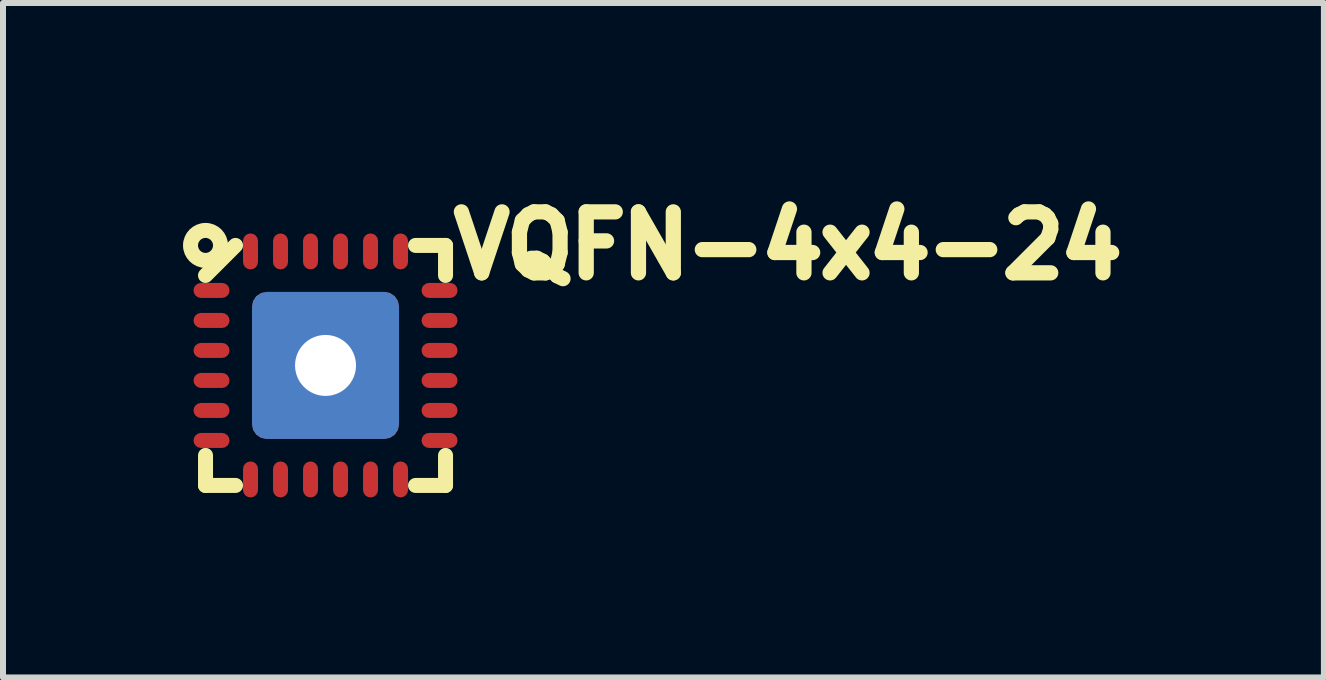
<source format=kicad_pcb>
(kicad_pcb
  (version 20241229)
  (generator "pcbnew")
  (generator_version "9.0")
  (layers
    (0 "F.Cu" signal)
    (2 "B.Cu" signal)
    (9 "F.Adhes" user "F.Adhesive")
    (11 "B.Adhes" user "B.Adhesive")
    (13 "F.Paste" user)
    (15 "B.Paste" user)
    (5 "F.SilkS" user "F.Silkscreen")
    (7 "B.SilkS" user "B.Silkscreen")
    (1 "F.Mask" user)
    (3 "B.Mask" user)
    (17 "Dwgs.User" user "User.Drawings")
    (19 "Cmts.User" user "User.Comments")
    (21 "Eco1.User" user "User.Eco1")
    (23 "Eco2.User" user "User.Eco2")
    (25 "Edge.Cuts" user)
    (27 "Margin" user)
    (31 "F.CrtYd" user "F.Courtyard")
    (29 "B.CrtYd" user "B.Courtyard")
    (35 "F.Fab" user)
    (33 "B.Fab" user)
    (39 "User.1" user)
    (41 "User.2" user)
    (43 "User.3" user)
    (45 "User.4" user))
  (footprint "VQFN-4x4-24"
    (layer "F.Cu")
    (at 2.375 3.04)
    (property "Reference" "VQFN-4x4-24" (at 2 -2 0) (layer "F.SilkS") (effects (font (size 1.016 1.016) (thickness 0.254)) (justify left)))
    (attr through_hole)
    (fp_line (start -2 1.5) (end -2 2) (stroke (width 0.25) (type solid)) (layer "F.SilkS"))
    (fp_line (start -2 2) (end -1.5 2) (stroke (width 0.25) (type solid)) (layer "F.SilkS"))
    (fp_line (start -1.5 -2) (end -2 -1.5) (stroke (width 0.25) (type solid)) (layer "F.SilkS"))
    (fp_line (start 1.5 -2) (end 2 -2) (stroke (width 0.25) (type solid)) (layer "F.SilkS"))
    (fp_line (start 2 -2) (end 2 -1.5) (stroke (width 0.25) (type solid)) (layer "F.SilkS"))
    (fp_line (start 2 1.5) (end 2 2) (stroke (width 0.25) (type solid)) (layer "F.SilkS"))
    (fp_line (start 2 2) (end 1.5 2) (stroke (width 0.25) (type solid)) (layer "F.SilkS"))
    (fp_circle (center -2 -2) (end -2 -2.25) (stroke (width 0.25) (type solid)) (fill no) (layer "F.SilkS"))
    (pad "1" smd roundrect (at -1.9 -1.25) (size 0.6 0.25) (layers "F.Cu" "F.Mask" "F.Paste") (roundrect_rratio 0.5))
    (pad "2" smd roundrect (at -1.9 -0.75) (size 0.6 0.25) (layers "F.Cu" "F.Mask" "F.Paste") (roundrect_rratio 0.5))
    (pad "3" smd roundrect (at -1.9 -0.25) (size 0.6 0.25) (layers "F.Cu" "F.Mask" "F.Paste") (roundrect_rratio 0.5))
    (pad "4" smd roundrect (at -1.9 0.25) (size 0.6 0.25) (layers "F.Cu" "F.Mask" "F.Paste") (roundrect_rratio 0.5))
    (pad "5" smd roundrect (at -1.9 0.75) (size 0.6 0.25) (layers "F.Cu" "F.Mask" "F.Paste") (roundrect_rratio 0.5))
    (pad "6" smd roundrect (at -1.9 1.25) (size 0.6 0.25) (layers "F.Cu" "F.Mask" "F.Paste") (roundrect_rratio 0.5))
    (pad "7" smd roundrect (at -1.25 1.9) (size 0.25 0.6) (layers "F.Cu" "F.Mask" "F.Paste") (roundrect_rratio 0.5))
    (pad "8" smd roundrect (at -0.75 1.9) (size 0.25 0.6) (layers "F.Cu" "F.Mask" "F.Paste") (roundrect_rratio 0.5))
    (pad "9" smd roundrect (at -0.25 1.9) (size 0.25 0.6) (layers "F.Cu" "F.Mask" "F.Paste") (roundrect_rratio 0.5))
    (pad "10" smd roundrect (at 0.25 1.9) (size 0.25 0.6) (layers "F.Cu" "F.Mask" "F.Paste") (roundrect_rratio 0.5))
    (pad "11" smd roundrect (at 0.75 1.9) (size 0.25 0.6) (layers "F.Cu" "F.Mask" "F.Paste") (roundrect_rratio 0.5))
    (pad "12" smd roundrect (at 1.25 1.9) (size 0.25 0.6) (layers "F.Cu" "F.Mask" "F.Paste") (roundrect_rratio 0.5))
    (pad "13" smd roundrect (at 1.9 1.25) (size 0.6 0.25) (layers "F.Cu" "F.Mask" "F.Paste") (roundrect_rratio 0.5))
    (pad "14" smd roundrect (at 1.9 0.75) (size 0.6 0.25) (layers "F.Cu" "F.Mask" "F.Paste") (roundrect_rratio 0.5))
    (pad "15" smd roundrect (at 1.9 0.25) (size 0.6 0.25) (layers "F.Cu" "F.Mask" "F.Paste") (roundrect_rratio 0.5))
    (pad "16" smd roundrect (at 1.9 -0.25) (size 0.6 0.25) (layers "F.Cu" "F.Mask" "F.Paste") (roundrect_rratio 0.5))
    (pad "17" smd roundrect (at 1.9 -0.75) (size 0.6 0.25) (layers "F.Cu" "F.Mask" "F.Paste") (roundrect_rratio 0.5))
    (pad "18" smd roundrect (at 1.9 -1.25) (size 0.6 0.25) (layers "F.Cu" "F.Mask" "F.Paste") (roundrect_rratio 0.5))
    (pad "19" smd roundrect (at 1.25 -1.9) (size 0.25 0.6) (layers "F.Cu" "F.Mask" "F.Paste") (roundrect_rratio 0.5))
    (pad "20" smd roundrect (at 0.75 -1.9) (size 0.25 0.6) (layers "F.Cu" "F.Mask" "F.Paste") (roundrect_rratio 0.5))
    (pad "21" smd roundrect (at 0.25 -1.9) (size 0.25 0.6) (layers "F.Cu" "F.Mask" "F.Paste") (roundrect_rratio 0.5))
    (pad "22" smd roundrect (at -0.25 -1.9) (size 0.25 0.6) (layers "F.Cu" "F.Mask" "F.Paste") (roundrect_rratio 0.5))
    (pad "23" smd roundrect (at -0.75 -1.9) (size 0.25 0.6) (layers "F.Cu" "F.Mask" "F.Paste") (roundrect_rratio 0.5))
    (pad "24" smd roundrect (at -1.25 -1.9) (size 0.25 0.6) (layers "F.Cu" "F.Mask" "F.Paste") (roundrect_rratio 0.5))
    (pad "PAD" thru_hole roundrect (at 0 0) (size 2.45 2.45) (drill 1.016) (layers "*.Cu" "*.Paste" "*.Mask") (roundrect_rratio 0.1)))
  (gr_rect
    (start -3 -3)
    (end 19.013 8.24)
    (stroke (width 0.1) (type default))
    (fill no)
    (layer "Edge.Cuts")))
</source>
